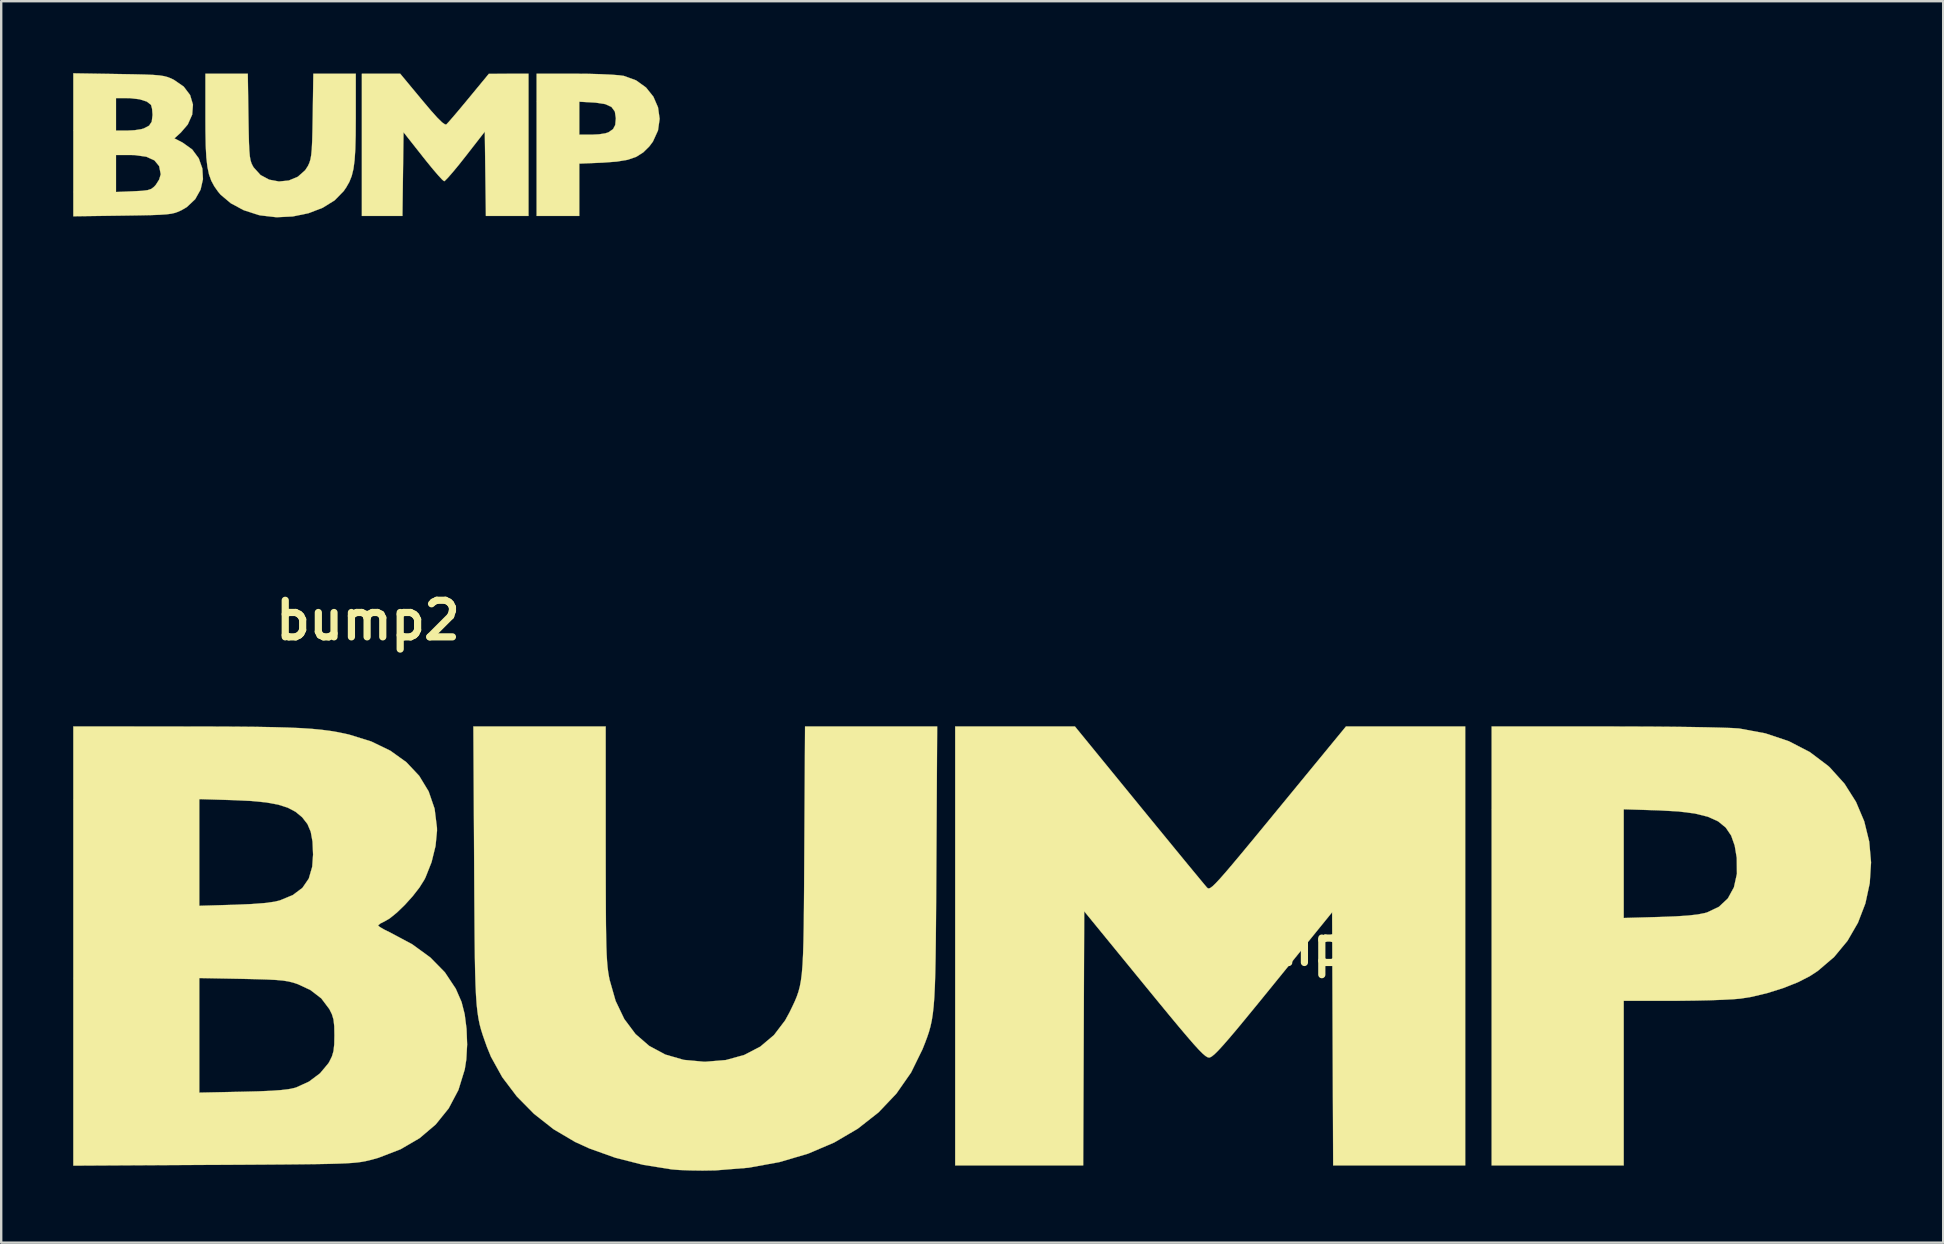
<source format=kicad_pcb>
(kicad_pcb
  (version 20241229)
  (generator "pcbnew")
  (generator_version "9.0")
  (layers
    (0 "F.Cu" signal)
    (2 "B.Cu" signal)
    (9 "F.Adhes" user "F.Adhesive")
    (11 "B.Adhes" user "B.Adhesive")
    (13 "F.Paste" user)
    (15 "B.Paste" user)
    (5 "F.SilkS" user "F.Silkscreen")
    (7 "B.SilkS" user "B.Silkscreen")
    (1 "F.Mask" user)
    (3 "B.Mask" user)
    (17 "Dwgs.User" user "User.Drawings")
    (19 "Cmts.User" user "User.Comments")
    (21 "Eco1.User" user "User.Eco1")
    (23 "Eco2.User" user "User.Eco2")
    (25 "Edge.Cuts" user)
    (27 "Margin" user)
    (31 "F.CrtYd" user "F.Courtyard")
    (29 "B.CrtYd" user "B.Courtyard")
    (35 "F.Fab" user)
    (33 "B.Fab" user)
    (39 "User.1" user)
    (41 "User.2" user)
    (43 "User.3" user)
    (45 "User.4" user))
  (footprint "bump"
    (layer "F.Cu")
    (at 49.958 36.364)
    (property "Reference" "bump" (at 0 0 0) (layer "F.SilkS") (effects (font (size 1.524 1.524) (thickness 0.3))))
    (attr through_hole)
    (fp_poly (pts (xy -5.539 -5.863) (xy -5.009 -5.215) (xy -4.507 -4.603) (xy -4.046 -4.041) (xy -3.636 -3.541) (xy -3.287 -3.118) (xy -3.011 -2.784) (xy -2.819 -2.553) (xy -2.72 -2.437) (xy -2.714 -2.43) (xy -2.677 -2.401) (xy -2.632 -2.395) (xy -2.569 -2.422) (xy -2.479 -2.49) (xy -2.353 -2.612) (xy -2.182 -2.795) (xy -1.957 -3.05) (xy -1.669 -3.388) (xy -1.31 -3.817) (xy -0.869 -4.348) (xy -0.339 -4.991) (xy 0.253 -5.711) (xy 3.074 -9.144) (xy 8.043 -9.144) (xy 8.043 9.144) (xy 2.541 9.144) (xy 2.519 3.87) (xy 2.498 -1.403) (xy 0.042 1.622) (xy -0.549 2.349) (xy -1.045 2.954) (xy -1.453 3.448) (xy -1.784 3.84) (xy -2.047 4.141) (xy -2.25 4.362) (xy -2.403 4.513) (xy -2.515 4.604) (xy -2.595 4.646) (xy -2.63 4.652) (xy -2.694 4.637) (xy -2.782 4.583) (xy -2.902 4.48) (xy -3.064 4.317) (xy -3.277 4.083) (xy -3.55 3.768) (xy -3.894 3.361) (xy -4.316 2.853) (xy -4.828 2.231) (xy -5.339 1.607) (xy -7.832 -1.443) (xy -7.853 3.851) (xy -7.875 9.144) (xy -13.208 9.144) (xy -13.208 -9.144) (xy -8.219 -9.144) (xy -5.539 -5.863)) (stroke (width 0.01) (type solid)) (fill yes) (layer "F.SilkS"))
    (fp_poly (pts (xy 14.923 -9.142) (xy 15.845 -9.138) (xy 16.701 -9.131) (xy 17.475 -9.121) (xy 18.15 -9.109) (xy 18.71 -9.095) (xy 19.138 -9.08) (xy 19.419 -9.063) (xy 19.476 -9.057) (xy 20.551 -8.857) (xy 21.53 -8.529) (xy 22.404 -8.076) (xy 23.165 -7.502) (xy 23.233 -7.44) (xy 23.848 -6.758) (xy 24.326 -6.002) (xy 24.669 -5.192) (xy 24.877 -4.345) (xy 24.953 -3.48) (xy 24.899 -2.616) (xy 24.717 -1.771) (xy 24.407 -0.965) (xy 23.973 -0.215) (xy 23.415 0.46) (xy 22.736 1.04) (xy 22.399 1.261) (xy 21.906 1.513) (xy 21.301 1.753) (xy 20.642 1.961) (xy 19.988 2.119) (xy 19.516 2.195) (xy 19.208 2.221) (xy 18.766 2.244) (xy 18.227 2.264) (xy 17.626 2.277) (xy 17 2.285) (xy 16.701 2.286) (xy 14.647 2.286) (xy 14.647 9.144) (xy 9.144 9.144) (xy 9.144 -1.164) (xy 14.647 -1.164) (xy 16.15 -1.207) (xy 16.814 -1.232) (xy 17.332 -1.266) (xy 17.728 -1.311) (xy 18.026 -1.37) (xy 18.119 -1.396) (xy 18.613 -1.63) (xy 18.987 -1.981) (xy 19.239 -2.442) (xy 19.364 -3.005) (xy 19.357 -3.664) (xy 19.357 -3.668) (xy 19.272 -4.179) (xy 19.124 -4.598) (xy 18.898 -4.932) (xy 18.58 -5.191) (xy 18.155 -5.383) (xy 17.608 -5.518) (xy 16.924 -5.604) (xy 16.089 -5.65) (xy 16.066 -5.65) (xy 14.647 -5.694) (xy 14.647 -1.164) (xy 9.144 -1.164) (xy 9.144 -9.144) (xy 13.951 -9.144) (xy 14.923 -9.142)) (stroke (width 0.01) (type solid)) (fill yes) (layer "F.SilkS"))
    (fp_poly (pts (xy -27.77 -4.255) (xy -27.769 -3.208) (xy -27.767 -2.315) (xy -27.764 -1.562) (xy -27.76 -0.933) (xy -27.752 -0.413) (xy -27.743 0.013) (xy -27.73 0.36) (xy -27.713 0.643) (xy -27.693 0.877) (xy -27.668 1.077) (xy -27.638 1.258) (xy -27.608 1.412) (xy -27.357 2.291) (xy -26.996 3.046) (xy -26.527 3.672) (xy -25.956 4.166) (xy -25.286 4.526) (xy -24.521 4.747) (xy -23.665 4.826) (xy -23.622 4.826) (xy -22.766 4.755) (xy -22.001 4.544) (xy -21.33 4.196) (xy -20.759 3.714) (xy -20.293 3.101) (xy -20.112 2.769) (xy -19.996 2.531) (xy -19.896 2.318) (xy -19.812 2.117) (xy -19.741 1.913) (xy -19.682 1.691) (xy -19.635 1.436) (xy -19.597 1.135) (xy -19.568 0.772) (xy -19.546 0.333) (xy -19.53 -0.196) (xy -19.518 -0.831) (xy -19.51 -1.585) (xy -19.503 -2.473) (xy -19.497 -3.509) (xy -19.494 -4) (xy -19.464 -9.144) (xy -13.959 -9.144) (xy -13.993 -3.365) (xy -14 -2.182) (xy -14.007 -1.155) (xy -14.015 -0.269) (xy -14.025 0.489) (xy -14.038 1.132) (xy -14.055 1.675) (xy -14.077 2.13) (xy -14.106 2.513) (xy -14.142 2.835) (xy -14.185 3.112) (xy -14.239 3.358) (xy -14.302 3.584) (xy -14.377 3.806) (xy -14.464 4.038) (xy -14.565 4.292) (xy -14.569 4.303) (xy -15.046 5.275) (xy -15.659 6.154) (xy -16.402 6.936) (xy -17.268 7.616) (xy -18.249 8.191) (xy -19.339 8.656) (xy -20.531 9.007) (xy -21.816 9.241) (xy -23.189 9.352) (xy -23.241 9.353) (xy -23.735 9.361) (xy -24.243 9.354) (xy -24.702 9.336) (xy -25.019 9.311) (xy -26.211 9.12) (xy -27.371 8.825) (xy -28.451 8.439) (xy -29.05 8.165) (xy -29.939 7.64) (xy -30.755 6.999) (xy -31.476 6.268) (xy -32.081 5.468) (xy -32.549 4.623) (xy -32.717 4.213) (xy -32.811 3.95) (xy -32.893 3.714) (xy -32.963 3.491) (xy -33.023 3.265) (xy -33.072 3.023) (xy -33.113 2.752) (xy -33.147 2.438) (xy -33.173 2.066) (xy -33.194 1.622) (xy -33.21 1.093) (xy -33.222 0.465) (xy -33.231 -0.276) (xy -33.238 -1.144) (xy -33.245 -2.153) (xy -33.251 -3.317) (xy -33.251 -3.365) (xy -33.284 -9.144) (xy -27.771 -9.144) (xy -27.77 -4.255)) (stroke (width 0.01) (type solid)) (fill yes) (layer "F.SilkS"))
    (fp_poly (pts (xy -45.36 -9.143) (xy -44.215 -9.141) (xy -43.223 -9.137) (xy -42.369 -9.129) (xy -41.638 -9.116) (xy -41.013 -9.099) (xy -40.48 -9.076) (xy -40.021 -9.046) (xy -39.623 -9.008) (xy -39.268 -8.963) (xy -38.941 -8.908) (xy -38.628 -8.844) (xy -38.458 -8.805) (xy -37.54 -8.52) (xy -36.744 -8.135) (xy -36.076 -7.656) (xy -35.542 -7.089) (xy -35.148 -6.44) (xy -34.899 -5.716) (xy -34.801 -4.922) (xy -34.799 -4.801) (xy -34.86 -4.165) (xy -35.026 -3.491) (xy -35.277 -2.857) (xy -35.326 -2.76) (xy -35.532 -2.432) (xy -35.814 -2.07) (xy -36.138 -1.711) (xy -36.469 -1.391) (xy -36.771 -1.146) (xy -36.98 -1.024) (xy -37.162 -0.933) (xy -37.252 -0.859) (xy -37.253 -0.851) (xy -37.182 -0.788) (xy -36.997 -0.681) (xy -36.748 -0.558) (xy -35.834 -0.07) (xy -35.076 0.482) (xy -34.471 1.099) (xy -34.017 1.783) (xy -33.776 2.335) (xy -33.646 2.845) (xy -33.568 3.455) (xy -33.544 4.104) (xy -33.578 4.73) (xy -33.643 5.146) (xy -33.907 6.002) (xy -34.312 6.768) (xy -34.853 7.439) (xy -35.524 8.009) (xy -36.32 8.473) (xy -37.236 8.826) (xy -37.507 8.903) (xy -37.651 8.939) (xy -37.791 8.971) (xy -37.94 8.998) (xy -38.111 9.021) (xy -38.318 9.04) (xy -38.575 9.057) (xy -38.893 9.07) (xy -39.287 9.081) (xy -39.77 9.09) (xy -40.354 9.097) (xy -41.054 9.104) (xy -41.882 9.11) (xy -42.851 9.116) (xy -43.976 9.122) (xy -44.09 9.122) (xy -49.953 9.154) (xy -49.953 6.113) (xy -44.704 6.113) (xy -42.905 6.075) (xy -42.231 6.058) (xy -41.703 6.035) (xy -41.296 6.006) (xy -40.988 5.969) (xy -40.753 5.921) (xy -40.665 5.895) (xy -40.134 5.653) (xy -39.672 5.306) (xy -39.325 4.889) (xy -39.285 4.822) (xy -39.176 4.6) (xy -39.112 4.38) (xy -39.081 4.103) (xy -39.074 3.725) (xy -39.081 3.34) (xy -39.112 3.067) (xy -39.177 2.849) (xy -39.285 2.632) (xy -39.621 2.186) (xy -40.075 1.837) (xy -40.6 1.592) (xy -40.79 1.529) (xy -40.984 1.481) (xy -41.212 1.444) (xy -41.501 1.418) (xy -41.881 1.399) (xy -42.377 1.384) (xy -42.905 1.372) (xy -44.704 1.338) (xy -44.704 6.113) (xy -49.953 6.113) (xy -49.953 -1.672) (xy -44.704 -1.672) (xy -43.243 -1.715) (xy -42.53 -1.745) (xy -41.975 -1.787) (xy -41.568 -1.843) (xy -41.352 -1.895) (xy -40.806 -2.121) (xy -40.407 -2.42) (xy -40.142 -2.807) (xy -39.999 -3.3) (xy -39.963 -3.807) (xy -39.986 -4.344) (xy -40.06 -4.756) (xy -40.198 -5.079) (xy -40.411 -5.353) (xy -40.432 -5.374) (xy -40.696 -5.591) (xy -41.017 -5.76) (xy -41.419 -5.888) (xy -41.923 -5.98) (xy -42.552 -6.041) (xy -43.286 -6.075) (xy -44.704 -6.118) (xy -44.704 -1.672) (xy -49.953 -1.672) (xy -49.953 -9.144) (xy -45.36 -9.143)) (stroke (width 0.01) (type solid)) (fill yes) (layer "F.SilkS")))
  (footprint "bump2"
    (layer "F.Cu")
    (at 12.282 22.797)
    (property "Reference" "bump2" (at 0 0 0) (layer "F.SilkS") (effects (font (size 1.524 1.524) (thickness 0.3))))
    (attr through_hole)
    (fp_poly (pts (xy 2.254 -21.678) (xy 2.618 -21.247) (xy 2.891 -20.942) (xy 3.085 -20.751) (xy 3.209 -20.665) (xy 3.268 -20.665) (xy 3.355 -20.758) (xy 3.529 -20.957) (xy 3.767 -21.237) (xy 4.048 -21.573) (xy 4.204 -21.762) (xy 5.038 -22.773) (xy 6.689 -22.775) (xy 6.689 -16.849) (xy 4.914 -16.849) (xy 4.891 -18.605) (xy 4.868 -20.362) (xy 4.064 -19.329) (xy 3.782 -18.973) (xy 3.531 -18.67) (xy 3.333 -18.443) (xy 3.207 -18.316) (xy 3.175 -18.296) (xy 3.096 -18.359) (xy 2.934 -18.533) (xy 2.708 -18.796) (xy 2.44 -19.124) (xy 2.286 -19.317) (xy 1.482 -20.337) (xy 1.459 -18.593) (xy 1.436 -16.849) (xy -0.254 -16.849) (xy -0.254 -22.775) (xy 1.343 -22.775) (xy 2.254 -21.678)) (stroke (width 0.01) (type solid)) (fill yes) (layer "F.SilkS"))
    (fp_poly (pts (xy 9.169 -22.771) (xy 9.678 -22.757) (xy 10.122 -22.737) (xy 10.465 -22.711) (xy 10.66 -22.685) (xy 11.17 -22.5) (xy 11.585 -22.202) (xy 11.893 -21.818) (xy 12.086 -21.373) (xy 12.153 -20.896) (xy 12.085 -20.412) (xy 11.873 -19.947) (xy 11.723 -19.747) (xy 11.47 -19.497) (xy 11.183 -19.315) (xy 10.828 -19.191) (xy 10.374 -19.114) (xy 9.785 -19.07) (xy 9.758 -19.069) (xy 8.805 -19.029) (xy 8.805 -16.849) (xy 7.027 -16.849) (xy 7.027 -20.235) (xy 8.805 -20.235) (xy 9.319 -20.235) (xy 9.628 -20.251) (xy 9.892 -20.292) (xy 10.017 -20.333) (xy 10.211 -20.466) (xy 10.303 -20.64) (xy 10.328 -20.917) (xy 10.328 -20.921) (xy 10.287 -21.198) (xy 10.148 -21.389) (xy 9.89 -21.508) (xy 9.492 -21.569) (xy 9.392 -21.576) (xy 8.805 -21.609) (xy 8.805 -20.235) (xy 7.027 -20.235) (xy 7.027 -22.775) (xy 8.632 -22.775) (xy 9.169 -22.771)) (stroke (width 0.01) (type solid)) (fill yes) (layer "F.SilkS"))
    (fp_poly (pts (xy -4.98 -20.976) (xy -4.97 -20.376) (xy -4.959 -19.919) (xy -4.944 -19.582) (xy -4.923 -19.339) (xy -4.892 -19.165) (xy -4.85 -19.034) (xy -4.794 -18.923) (xy -4.761 -18.869) (xy -4.477 -18.555) (xy -4.114 -18.361) (xy -3.709 -18.285) (xy -3.299 -18.326) (xy -2.923 -18.483) (xy -2.616 -18.755) (xy -2.502 -18.931) (xy -2.443 -19.058) (xy -2.398 -19.201) (xy -2.365 -19.385) (xy -2.341 -19.636) (xy -2.324 -19.98) (xy -2.312 -20.444) (xy -2.302 -21.018) (xy -2.276 -22.775) (xy -0.508 -22.775) (xy -0.508 -20.928) (xy -0.512 -20.207) (xy -0.527 -19.63) (xy -0.557 -19.172) (xy -0.605 -18.809) (xy -0.677 -18.515) (xy -0.776 -18.266) (xy -0.907 -18.036) (xy -1.012 -17.884) (xy -1.388 -17.499) (xy -1.888 -17.189) (xy -2.481 -16.962) (xy -3.133 -16.828) (xy -3.812 -16.795) (xy -4.487 -16.873) (xy -4.559 -16.889) (xy -5.173 -17.087) (xy -5.712 -17.375) (xy -6.138 -17.733) (xy -6.242 -17.856) (xy -6.403 -18.084) (xy -6.528 -18.316) (xy -6.622 -18.576) (xy -6.689 -18.89) (xy -6.734 -19.282) (xy -6.76 -19.776) (xy -6.771 -20.398) (xy -6.773 -20.928) (xy -6.773 -22.775) (xy -5.007 -22.775) (xy -4.98 -20.976)) (stroke (width 0.01) (type solid)) (fill yes) (layer "F.SilkS"))
    (fp_poly (pts (xy -10.393 -22.762) (xy -9.778 -22.752) (xy -9.306 -22.741) (xy -8.952 -22.726) (xy -8.691 -22.705) (xy -8.496 -22.675) (xy -8.343 -22.634) (xy -8.204 -22.579) (xy -8.086 -22.521) (xy -7.676 -22.238) (xy -7.41 -21.885) (xy -7.292 -21.488) (xy -7.324 -21.071) (xy -7.509 -20.659) (xy -7.796 -20.326) (xy -8.065 -20.081) (xy -7.724 -19.906) (xy -7.323 -19.619) (xy -7.049 -19.248) (xy -6.9 -18.825) (xy -6.875 -18.381) (xy -6.975 -17.945) (xy -7.199 -17.547) (xy -7.547 -17.219) (xy -7.763 -17.092) (xy -7.898 -17.029) (xy -8.032 -16.98) (xy -8.189 -16.943) (xy -8.393 -16.917) (xy -8.668 -16.898) (xy -9.037 -16.884) (xy -9.525 -16.874) (xy -10.157 -16.864) (xy -10.223 -16.863) (xy -12.277 -16.835) (xy -12.277 -19.389) (xy -10.499 -19.389) (xy -10.499 -17.847) (xy -9.772 -17.877) (xy -9.413 -17.896) (xy -9.179 -17.925) (xy -9.027 -17.977) (xy -8.913 -18.065) (xy -8.84 -18.145) (xy -8.702 -18.362) (xy -8.637 -18.576) (xy -8.636 -18.595) (xy -8.701 -18.925) (xy -8.899 -19.165) (xy -9.236 -19.317) (xy -9.715 -19.384) (xy -9.902 -19.389) (xy -10.499 -19.389) (xy -12.277 -19.389) (xy -12.277 -21.759) (xy -10.499 -21.759) (xy -10.499 -20.405) (xy -10.039 -20.405) (xy -9.728 -20.421) (xy -9.449 -20.464) (xy -9.342 -20.495) (xy -9.12 -20.611) (xy -9.01 -20.776) (xy -8.977 -21.046) (xy -8.977 -21.082) (xy -8.995 -21.311) (xy -9.037 -21.471) (xy -9.041 -21.479) (xy -9.216 -21.615) (xy -9.52 -21.711) (xy -9.917 -21.757) (xy -10.039 -21.759) (xy -10.499 -21.759) (xy -12.277 -21.759) (xy -12.277 -22.792) (xy -10.393 -22.762)) (stroke (width 0.01) (type solid)) (fill yes) (layer "F.SilkS")))
  (gr_rect
    (start -3 -3)
    (end 77.917 48.729)
    (stroke (width 0.1) (type default))
    (fill no)
    (layer "Edge.Cuts")))
</source>
